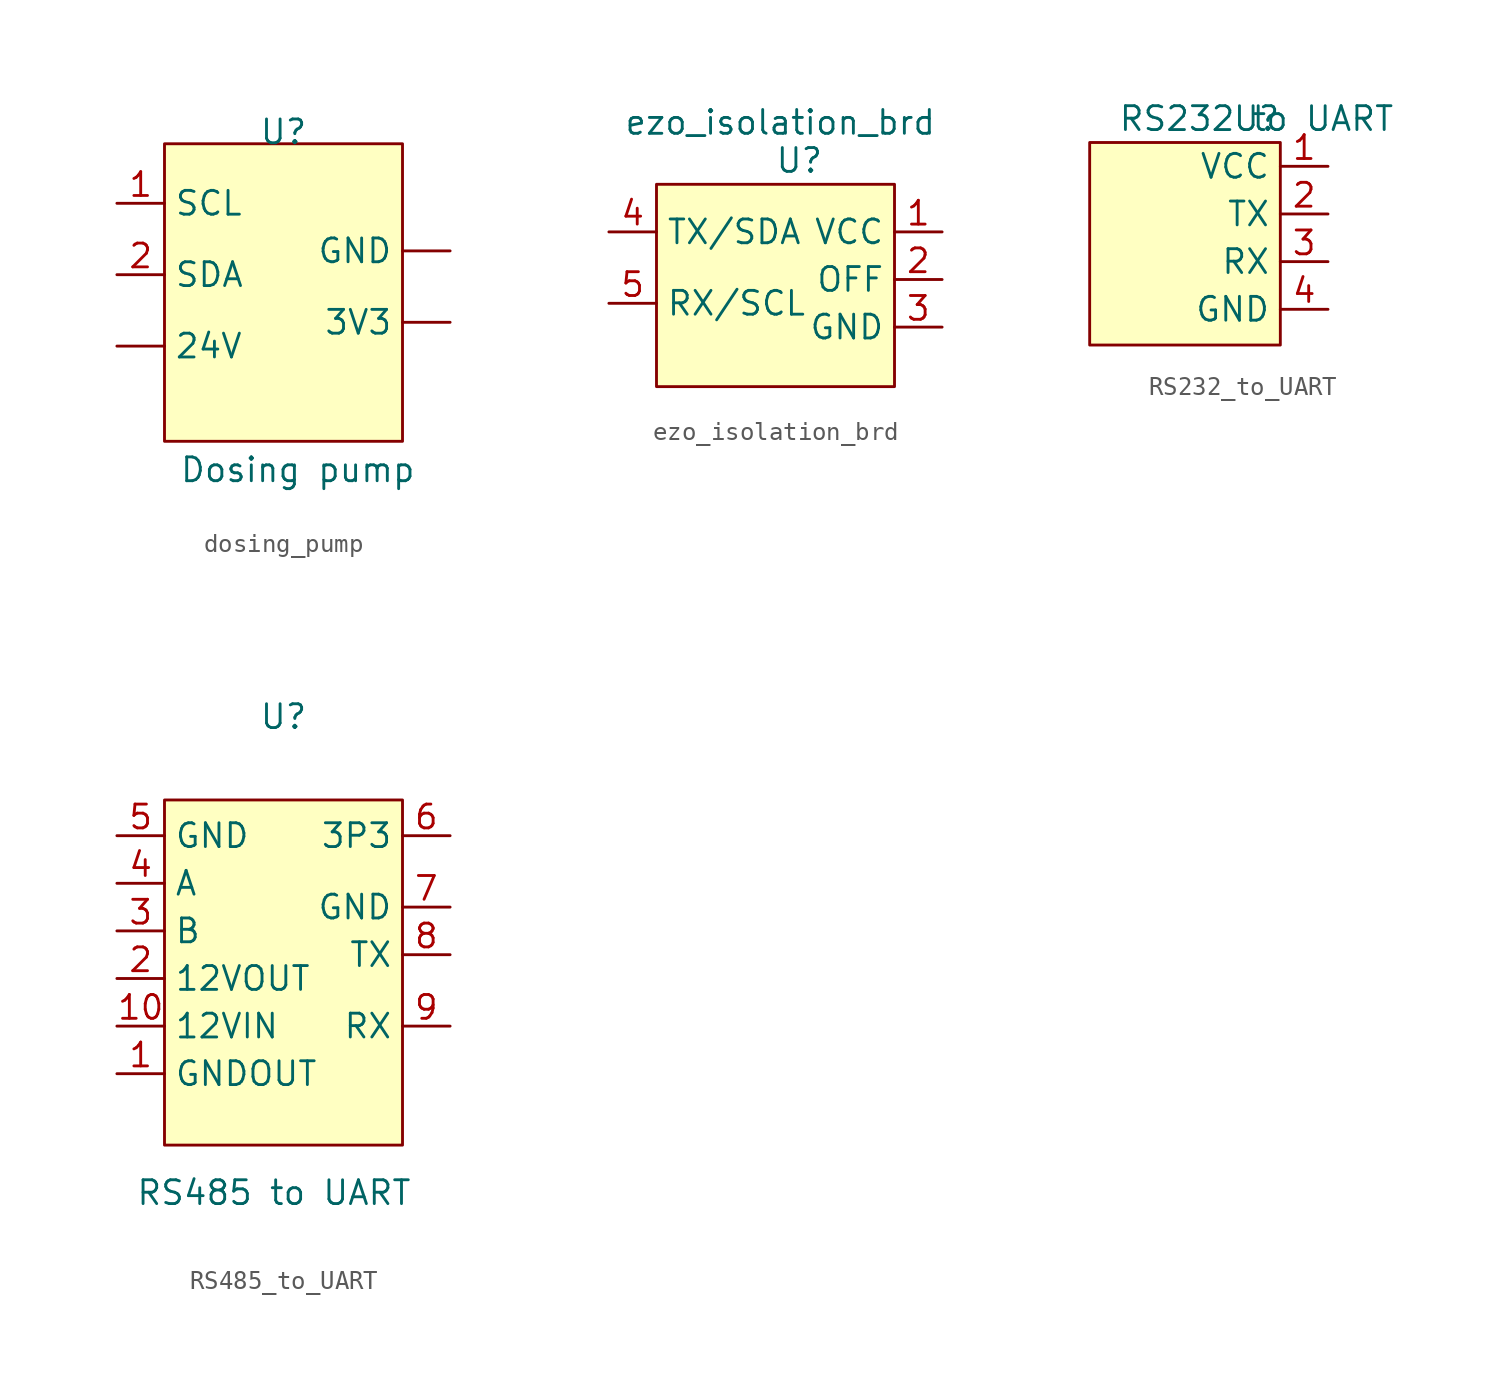
<source format=kicad_sym>
(kicad_symbol_lib
  (version 20231120)
  (generator "kicad_symbol_editor")
  (generator_version "8.0")
  (symbol "dosing_pump"
    (property "Reference" "U"
      (at 0 0 0)
      (effects (font (size 1.27 1.27))))
    (property "Value" "Dosing pump"
      (at 0.762 -18.034 0)
      (effects (font (size 1.27 1.27))))
    (symbol "dosing_pump_1_1"
      (rectangle (start -6.35 -0.635) (end 6.35 -16.51) (stroke (width 0) (type default)) (fill (type background)))
      (pin power_in line (at -8.89 -11.43 0) (length 2.54) (name "24V" (effects (font (size 1.27 1.27)))) (number "" (effects (font (size 1.27 1.27)))))
      (pin power_in line (at 8.89 -10.16 180) (length 2.54) (name "3V3" (effects (font (size 1.27 1.27)))) (number "" (effects (font (size 1.27 1.27)))))
      (pin power_in line (at 8.89 -6.35 180) (length 2.54) (name "GND" (effects (font (size 1.27 1.27)))) (number "" (effects (font (size 1.27 1.27)))))
      (pin passive line (at -8.89 -3.81 0) (length 2.54) (name "SCL" (effects (font (size 1.27 1.27)))) (number "1" (effects (font (size 1.27 1.27)))))
      (pin passive line (at -8.89 -7.62 0) (length 2.54) (name "SDA" (effects (font (size 1.27 1.27)))) (number "2" (effects (font (size 1.27 1.27)))))))
  (symbol "ezo_isolation_brd"
    (property "Reference" "U"
      (at 0 0 0)
      (effects (font (size 1.27 1.27))))
    (property "Value" "ezo_isolation_brd"
      (at -1.016 2.032 0)
      (effects (font (size 1.27 1.27))))
    (symbol "ezo_isolation_brd_1_1"
      (rectangle (start -7.62 -1.27) (end 5.08 -12.065) (stroke (width 0) (type default)) (fill (type background)))
      (pin power_in line (at 7.62 -3.81 180) (length 2.54) (name "VCC" (effects (font (size 1.27 1.27)))) (number "1" (effects (font (size 1.27 1.27)))))
      (pin passive line (at 7.62 -6.35 180) (length 2.54) (name "OFF" (effects (font (size 1.27 1.27)))) (number "2" (effects (font (size 1.27 1.27)))))
      (pin power_in line (at 7.62 -8.89 180) (length 2.54) (name "GND" (effects (font (size 1.27 1.27)))) (number "3" (effects (font (size 1.27 1.27)))))
      (pin passive line (at -10.16 -3.81 0) (length 2.54) (name "TX/SDA" (effects (font (size 1.27 1.27)))) (number "4" (effects (font (size 1.27 1.27)))))
      (pin passive line (at -10.16 -7.62 0) (length 2.54) (name "RX/SCL" (effects (font (size 1.27 1.27)))) (number "5" (effects (font (size 1.27 1.27)))))))
  (symbol "RS232_to_UART"
    (property "Reference" "U"
      (at 0 0 0)
      (effects (font (size 1.27 1.27))))
    (property "Value" "RS232 to UART"
      (at 0 0 0)
      (effects (font (size 1.27 1.27))))
    (symbol "RS232_to_UART_1_1"
      (rectangle (start -8.89 -1.27) (end 1.27 -12.065) (stroke (width 0) (type default)) (fill (type background)))
      (pin power_in line (at 3.81 -2.54 180) (length 2.54) (name "VCC" (effects (font (size 1.27 1.27)))) (number "1" (effects (font (size 1.27 1.27)))))
      (pin output line (at 3.81 -5.08 180) (length 2.54) (name "TX" (effects (font (size 1.27 1.27)))) (number "2" (effects (font (size 1.27 1.27)))))
      (pin input line (at 3.81 -7.62 180) (length 2.54) (name "RX" (effects (font (size 1.27 1.27)))) (number "3" (effects (font (size 1.27 1.27)))))
      (pin power_in line (at 3.81 -10.16 180) (length 2.54) (name "GND" (effects (font (size 1.27 1.27)))) (number "4" (effects (font (size 1.27 1.27)))))))
  (symbol "RS485_to_UART"
    (property "Reference" "U"
      (at 0 0 0)
      (effects (font (size 1.27 1.27))))
    (property "Value" "RS485 to UART"
      (at -0.508 -25.4 0)
      (effects (font (size 1.27 1.27))))
    (symbol "RS485_to_UART_1_1"
      (rectangle (start -6.35 -4.445) (end 6.35 -22.86) (stroke (width 0) (type default)) (fill (type background)))
      (pin output line (at -8.89 -19.05 0) (length 2.54) (name "GNDOUT" (effects (font (size 1.27 1.27)))) (number "1" (effects (font (size 1.27 1.27)))))
      (pin power_in line (at -8.89 -16.51 0) (length 2.54) (name "12VIN" (effects (font (size 1.27 1.27)))) (number "10" (effects (font (size 1.27 1.27)))))
      (pin output line (at -8.89 -13.97 0) (length 2.54) (name "12VOUT" (effects (font (size 1.27 1.27)))) (number "2" (effects (font (size 1.27 1.27)))))
      (pin passive line (at -8.89 -11.43 0) (length 2.54) (name "B" (effects (font (size 1.27 1.27)))) (number "3" (effects (font (size 1.27 1.27)))))
      (pin passive line (at -8.89 -8.89 0) (length 2.54) (name "A" (effects (font (size 1.27 1.27)))) (number "4" (effects (font (size 1.27 1.27)))))
      (pin power_in line (at -8.89 -6.35 0) (length 2.54) (name "GND" (effects (font (size 1.27 1.27)))) (number "5" (effects (font (size 1.27 1.27)))))
      (pin power_in line (at 8.89 -6.35 180) (length 2.54) (name "3P3" (effects (font (size 1.27 1.27)))) (number "6" (effects (font (size 1.27 1.27)))))
      (pin power_in line (at 8.89 -10.16 180) (length 2.54) (name "GND" (effects (font (size 1.27 1.27)))) (number "7" (effects (font (size 1.27 1.27)))))
      (pin passive line (at 8.89 -12.7 180) (length 2.54) (name "TX" (effects (font (size 1.27 1.27)))) (number "8" (effects (font (size 1.27 1.27)))))
      (pin passive line (at 8.89 -16.51 180) (length 2.54) (name "RX" (effects (font (size 1.27 1.27)))) (number "9" (effects (font (size 1.27 1.27))))))))
</source>
